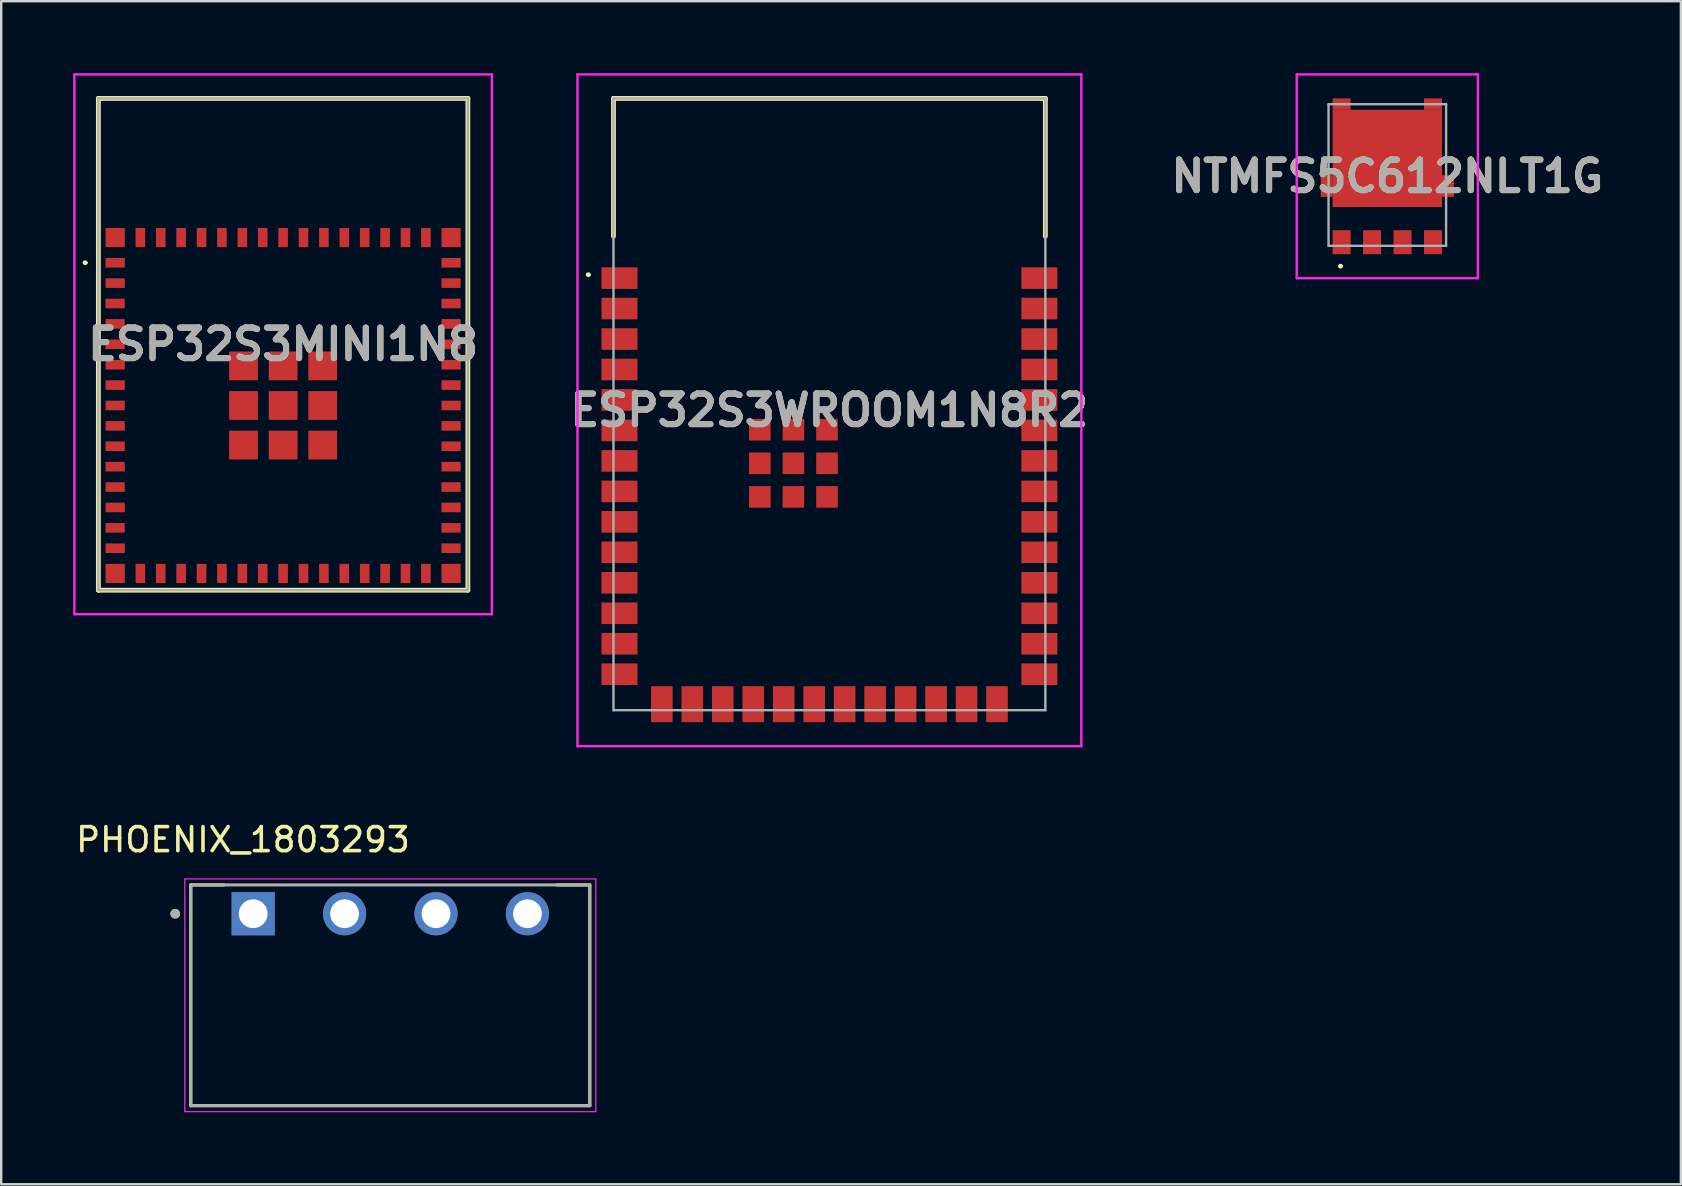
<source format=kicad_pcb>
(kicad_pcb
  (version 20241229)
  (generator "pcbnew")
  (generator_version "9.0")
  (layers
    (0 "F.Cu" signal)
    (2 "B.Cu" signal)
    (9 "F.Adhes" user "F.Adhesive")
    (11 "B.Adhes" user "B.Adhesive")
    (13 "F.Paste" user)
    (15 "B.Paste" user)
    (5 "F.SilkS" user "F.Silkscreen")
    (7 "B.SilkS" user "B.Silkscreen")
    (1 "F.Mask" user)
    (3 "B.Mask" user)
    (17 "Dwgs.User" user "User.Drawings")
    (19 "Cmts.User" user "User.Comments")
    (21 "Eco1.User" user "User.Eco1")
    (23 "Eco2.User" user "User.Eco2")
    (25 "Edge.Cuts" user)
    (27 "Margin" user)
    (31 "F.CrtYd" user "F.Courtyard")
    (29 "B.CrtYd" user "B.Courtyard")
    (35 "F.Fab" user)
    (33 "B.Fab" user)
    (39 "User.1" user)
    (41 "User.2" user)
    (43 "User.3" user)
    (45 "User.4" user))
  (footprint "ESP32S3MINI1N8"
    (layer "F.Cu")
    (at 8.75 13.85)
    (property "Reference" "ESP32S3MINI1N8" (at 0 -2.55 0) (layer "F.SilkS") (effects (font (size 1.27 1.27) (thickness 0.254))))
    (attr smd)
    (fp_line (start -8.3 -5.95) (end -8.3 -5.95) (stroke (width 0.1) (type solid)) (layer "F.SilkS"))
    (fp_line (start -8.2 -5.95) (end -8.2 -5.95) (stroke (width 0.1) (type solid)) (layer "F.SilkS"))
    (fp_line (start -7.7 -12.8) (end 7.7 -12.8) (stroke (width 0.2) (type solid)) (layer "F.SilkS"))
    (fp_line (start -7.7 7.7) (end -7.7 -12.8) (stroke (width 0.2) (type solid)) (layer "F.SilkS"))
    (fp_line (start 7.7 -12.8) (end 7.7 7.7) (stroke (width 0.2) (type solid)) (layer "F.SilkS"))
    (fp_line (start 7.7 7.7) (end -7.7 7.7) (stroke (width 0.2) (type solid)) (layer "F.SilkS"))
    (fp_arc (start -8.3 -5.95) (mid -8.25 -6) (end -8.2 -5.95) (stroke (width 0.1) (type solid)) (layer "F.SilkS"))
    (fp_arc (start -8.2 -5.95) (mid -8.25 -5.9) (end -8.3 -5.95) (stroke (width 0.1) (type solid)) (layer "F.SilkS"))
    (fp_line (start -8.7 -13.8) (end 8.7 -13.8) (stroke (width 0.1) (type solid)) (layer "F.CrtYd"))
    (fp_line (start -8.7 8.7) (end -8.7 -13.8) (stroke (width 0.1) (type solid)) (layer "F.CrtYd"))
    (fp_line (start 8.7 -13.8) (end 8.7 8.7) (stroke (width 0.1) (type solid)) (layer "F.CrtYd"))
    (fp_line (start 8.7 8.7) (end -8.7 8.7) (stroke (width 0.1) (type solid)) (layer "F.CrtYd"))
    (fp_line (start -7.7 -12.8) (end 7.7 -12.8) (stroke (width 0.1) (type solid)) (layer "F.Fab"))
    (fp_line (start -7.7 7.7) (end -7.7 -12.8) (stroke (width 0.1) (type solid)) (layer "F.Fab"))
    (fp_line (start 7.7 -12.8) (end 7.7 7.7) (stroke (width 0.1) (type solid)) (layer "F.Fab"))
    (fp_line (start 7.7 7.7) (end -7.7 7.7) (stroke (width 0.1) (type solid)) (layer "F.Fab"))
    (fp_text user "${REFERENCE}" (at 0 -2.55 0) (layer "F.Fab") (effects (font (size 1.27 1.27) (thickness 0.254))))
    (pad "1" smd rect (at -7 -5.95 90) (size 0.4 0.8) (layers "F.Cu" "F.Mask" "F.Paste"))
    (pad "2" smd rect (at -7 -5.1 90) (size 0.4 0.8) (layers "F.Cu" "F.Mask" "F.Paste"))
    (pad "3" smd rect (at -7 -4.25 90) (size 0.4 0.8) (layers "F.Cu" "F.Mask" "F.Paste"))
    (pad "4" smd rect (at -7 -3.4 90) (size 0.4 0.8) (layers "F.Cu" "F.Mask" "F.Paste"))
    (pad "5" smd rect (at -7 -2.55 90) (size 0.4 0.8) (layers "F.Cu" "F.Mask" "F.Paste"))
    (pad "6" smd rect (at -7 -1.7 90) (size 0.4 0.8) (layers "F.Cu" "F.Mask" "F.Paste"))
    (pad "7" smd rect (at -7 -0.85 90) (size 0.4 0.8) (layers "F.Cu" "F.Mask" "F.Paste"))
    (pad "8" smd rect (at -7 0 90) (size 0.4 0.8) (layers "F.Cu" "F.Mask" "F.Paste"))
    (pad "9" smd rect (at -7 0.85 90) (size 0.4 0.8) (layers "F.Cu" "F.Mask" "F.Paste"))
    (pad "10" smd rect (at -7 1.7 90) (size 0.4 0.8) (layers "F.Cu" "F.Mask" "F.Paste"))
    (pad "11" smd rect (at -7 2.55 90) (size 0.4 0.8) (layers "F.Cu" "F.Mask" "F.Paste"))
    (pad "12" smd rect (at -7 3.4 90) (size 0.4 0.8) (layers "F.Cu" "F.Mask" "F.Paste"))
    (pad "13" smd rect (at -7 4.25 90) (size 0.4 0.8) (layers "F.Cu" "F.Mask" "F.Paste"))
    (pad "14" smd rect (at -7 5.1 90) (size 0.4 0.8) (layers "F.Cu" "F.Mask" "F.Paste"))
    (pad "15" smd rect (at -7 5.95 90) (size 0.4 0.8) (layers "F.Cu" "F.Mask" "F.Paste"))
    (pad "16" smd rect (at -5.95 7) (size 0.4 0.8) (layers "F.Cu" "F.Mask" "F.Paste"))
    (pad "17" smd rect (at -5.1 7) (size 0.4 0.8) (layers "F.Cu" "F.Mask" "F.Paste"))
    (pad "18" smd rect (at -4.25 7) (size 0.4 0.8) (layers "F.Cu" "F.Mask" "F.Paste"))
    (pad "19" smd rect (at -3.4 7) (size 0.4 0.8) (layers "F.Cu" "F.Mask" "F.Paste"))
    (pad "20" smd rect (at -2.55 7) (size 0.4 0.8) (layers "F.Cu" "F.Mask" "F.Paste"))
    (pad "21" smd rect (at -1.7 7) (size 0.4 0.8) (layers "F.Cu" "F.Mask" "F.Paste"))
    (pad "22" smd rect (at -0.85 7) (size 0.4 0.8) (layers "F.Cu" "F.Mask" "F.Paste"))
    (pad "23" smd rect (at 0 7) (size 0.4 0.8) (layers "F.Cu" "F.Mask" "F.Paste"))
    (pad "24" smd rect (at 0.85 7) (size 0.4 0.8) (layers "F.Cu" "F.Mask" "F.Paste"))
    (pad "25" smd rect (at 1.7 7) (size 0.4 0.8) (layers "F.Cu" "F.Mask" "F.Paste"))
    (pad "26" smd rect (at 2.55 7) (size 0.4 0.8) (layers "F.Cu" "F.Mask" "F.Paste"))
    (pad "27" smd rect (at 3.4 7) (size 0.4 0.8) (layers "F.Cu" "F.Mask" "F.Paste"))
    (pad "28" smd rect (at 4.25 7) (size 0.4 0.8) (layers "F.Cu" "F.Mask" "F.Paste"))
    (pad "29" smd rect (at 5.1 7) (size 0.4 0.8) (layers "F.Cu" "F.Mask" "F.Paste"))
    (pad "30" smd rect (at 5.95 7) (size 0.4 0.8) (layers "F.Cu" "F.Mask" "F.Paste"))
    (pad "31" smd rect (at 7 5.95 90) (size 0.4 0.8) (layers "F.Cu" "F.Mask" "F.Paste"))
    (pad "32" smd rect (at 7 5.1 90) (size 0.4 0.8) (layers "F.Cu" "F.Mask" "F.Paste"))
    (pad "33" smd rect (at 7 4.25 90) (size 0.4 0.8) (layers "F.Cu" "F.Mask" "F.Paste"))
    (pad "34" smd rect (at 7 3.4 90) (size 0.4 0.8) (layers "F.Cu" "F.Mask" "F.Paste"))
    (pad "35" smd rect (at 7 2.55 90) (size 0.4 0.8) (layers "F.Cu" "F.Mask" "F.Paste"))
    (pad "36" smd rect (at 7 1.7 90) (size 0.4 0.8) (layers "F.Cu" "F.Mask" "F.Paste"))
    (pad "37" smd rect (at 7 0.85 90) (size 0.4 0.8) (layers "F.Cu" "F.Mask" "F.Paste"))
    (pad "38" smd rect (at 7 0 90) (size 0.4 0.8) (layers "F.Cu" "F.Mask" "F.Paste"))
    (pad "39" smd rect (at 7 -0.85 90) (size 0.4 0.8) (layers "F.Cu" "F.Mask" "F.Paste"))
    (pad "40" smd rect (at 7 -1.7 90) (size 0.4 0.8) (layers "F.Cu" "F.Mask" "F.Paste"))
    (pad "41" smd rect (at 7 -2.55 90) (size 0.4 0.8) (layers "F.Cu" "F.Mask" "F.Paste"))
    (pad "42" smd rect (at 7 -3.4 90) (size 0.4 0.8) (layers "F.Cu" "F.Mask" "F.Paste"))
    (pad "43" smd rect (at 7 -4.25 90) (size 0.4 0.8) (layers "F.Cu" "F.Mask" "F.Paste"))
    (pad "44" smd rect (at 7 -5.1 90) (size 0.4 0.8) (layers "F.Cu" "F.Mask" "F.Paste"))
    (pad "45" smd rect (at 7 -5.95 90) (size 0.4 0.8) (layers "F.Cu" "F.Mask" "F.Paste"))
    (pad "46" smd rect (at 5.95 -7) (size 0.4 0.8) (layers "F.Cu" "F.Mask" "F.Paste"))
    (pad "47" smd rect (at 5.1 -7) (size 0.4 0.8) (layers "F.Cu" "F.Mask" "F.Paste"))
    (pad "48" smd rect (at 4.25 -7) (size 0.4 0.8) (layers "F.Cu" "F.Mask" "F.Paste"))
    (pad "49" smd rect (at 3.4 -7) (size 0.4 0.8) (layers "F.Cu" "F.Mask" "F.Paste"))
    (pad "50" smd rect (at 2.55 -7) (size 0.4 0.8) (layers "F.Cu" "F.Mask" "F.Paste"))
    (pad "51" smd rect (at 1.7 -7) (size 0.4 0.8) (layers "F.Cu" "F.Mask" "F.Paste"))
    (pad "52" smd rect (at 0.85 -7) (size 0.4 0.8) (layers "F.Cu" "F.Mask" "F.Paste"))
    (pad "53" smd rect (at 0 -7) (size 0.4 0.8) (layers "F.Cu" "F.Mask" "F.Paste"))
    (pad "54" smd rect (at -0.85 -7) (size 0.4 0.8) (layers "F.Cu" "F.Mask" "F.Paste"))
    (pad "55" smd rect (at -1.7 -7) (size 0.4 0.8) (layers "F.Cu" "F.Mask" "F.Paste"))
    (pad "56" smd rect (at -2.55 -7) (size 0.4 0.8) (layers "F.Cu" "F.Mask" "F.Paste"))
    (pad "57" smd rect (at -3.4 -7) (size 0.4 0.8) (layers "F.Cu" "F.Mask" "F.Paste"))
    (pad "58" smd rect (at -4.25 -7) (size 0.4 0.8) (layers "F.Cu" "F.Mask" "F.Paste"))
    (pad "59" smd rect (at -5.1 -7) (size 0.4 0.8) (layers "F.Cu" "F.Mask" "F.Paste"))
    (pad "60" smd rect (at -5.95 -7) (size 0.4 0.8) (layers "F.Cu" "F.Mask" "F.Paste"))
    (pad "61" smd rect (at 0 0) (size 1.2 1.2) (layers "F.Cu" "F.Mask" "F.Paste"))
    (pad "62" smd rect (at -7 -7) (size 0.8 0.8) (layers "F.Cu" "F.Mask" "F.Paste"))
    (pad "63" smd rect (at -7 7) (size 0.8 0.8) (layers "F.Cu" "F.Mask" "F.Paste"))
    (pad "64" smd rect (at 7 7) (size 0.8 0.8) (layers "F.Cu" "F.Mask" "F.Paste"))
    (pad "65" smd rect (at 7 -7) (size 0.8 0.8) (layers "F.Cu" "F.Mask" "F.Paste"))
    (pad "66" smd rect (at -1.65 -1.65) (size 1.2 1.2) (layers "F.Cu" "F.Mask" "F.Paste"))
    (pad "67" smd rect (at -1.65 0) (size 1.2 1.2) (layers "F.Cu" "F.Mask" "F.Paste"))
    (pad "68" smd rect (at -1.65 1.65) (size 1.2 1.2) (layers "F.Cu" "F.Mask" "F.Paste"))
    (pad "69" smd rect (at 0 1.65) (size 1.2 1.2) (layers "F.Cu" "F.Mask" "F.Paste"))
    (pad "70" smd rect (at 1.65 1.65) (size 1.2 1.2) (layers "F.Cu" "F.Mask" "F.Paste"))
    (pad "71" smd rect (at 1.65 0) (size 1.2 1.2) (layers "F.Cu" "F.Mask" "F.Paste"))
    (pad "72" smd rect (at 1.65 -1.65) (size 1.2 1.2) (layers "F.Cu" "F.Mask" "F.Paste"))
    (pad "73" smd rect (at 0 -1.65) (size 1.2 1.2) (layers "F.Cu" "F.Mask" "F.Paste")))
  (footprint "PHOENIX_1803293"
    (layer "F.Cu")
    (at 4.902 43.033)
    (property "Reference" "PHOENIX_1803293" (at 2.175 -11.085 0) (layer "F.SilkS") (effects (font (size 1 1) (thickness 0.15))))
    (attr through_hole)
    (fp_line (start 0 -9.2) (end 1.38 -9.2) (stroke (width 0.127) (type solid)) (layer "F.SilkS"))
    (fp_line (start 0 0) (end 0 -9.2) (stroke (width 0.127) (type solid)) (layer "F.SilkS"))
    (fp_line (start 0 0) (end 16.63 0) (stroke (width 0.127) (type solid)) (layer "F.SilkS"))
    (fp_line (start 15.25 -9.2) (end 16.63 -9.2) (stroke (width 0.127) (type solid)) (layer "F.SilkS"))
    (fp_line (start 16.63 -9.2) (end 16.63 0) (stroke (width 0.127) (type solid)) (layer "F.SilkS"))
    (fp_circle (center -0.65 -8) (end -0.55 -8) (stroke (width 0.2) (type solid)) (fill no) (layer "F.SilkS"))
    (fp_line (start -0.25 -9.45) (end 16.88 -9.45) (stroke (width 0.05) (type solid)) (layer "F.CrtYd"))
    (fp_line (start -0.25 0.25) (end -0.25 -9.45) (stroke (width 0.05) (type solid)) (layer "F.CrtYd"))
    (fp_line (start 16.88 -9.45) (end 16.88 0.25) (stroke (width 0.05) (type solid)) (layer "F.CrtYd"))
    (fp_line (start 16.88 0.25) (end -0.25 0.25) (stroke (width 0.05) (type solid)) (layer "F.CrtYd"))
    (fp_line (start 0 -9.2) (end 16.63 -9.2) (stroke (width 0.127) (type solid)) (layer "F.Fab"))
    (fp_line (start 0 0) (end 0 -9.2) (stroke (width 0.127) (type solid)) (layer "F.Fab"))
    (fp_line (start 16.63 -9.2) (end 16.63 0) (stroke (width 0.127) (type solid)) (layer "F.Fab"))
    (fp_line (start 16.63 0) (end 0 0) (stroke (width 0.127) (type solid)) (layer "F.Fab"))
    (fp_circle (center -0.65 -8) (end -0.55 -8) (stroke (width 0.2) (type solid)) (fill no) (layer "F.Fab"))
    (pad "01" thru_hole rect (at 2.6 -8) (size 1.8 1.8) (drill 1.2) (layers "*.Cu" "*.Mask"))
    (pad "02" thru_hole circle (at 6.41 -8) (size 1.8 1.8) (drill 1.2) (layers "*.Cu" "*.Mask"))
    (pad "03" thru_hole circle (at 10.22 -8) (size 1.8 1.8) (drill 1.2) (layers "*.Cu" "*.Mask"))
    (pad "04" thru_hole circle (at 14.03 -8) (size 1.8 1.8) (drill 1.2) (layers "*.Cu" "*.Mask")))
  (footprint "NTMFS5C612NLT1G"
    (layer "F.Cu")
    (at 54.772 4.244)
    (property "Reference" "NTMFS5C612NLT1G" (at 0 0.054 0) (layer "F.SilkS") (effects (font (size 1.27 1.27) (thickness 0.254))))
    (attr smd)
    (fp_line (start -2 3.8) (end -2 3.8) (stroke (width 0.1) (type solid)) (layer "F.SilkS"))
    (fp_line (start -1.9 3.8) (end -1.9 3.8) (stroke (width 0.1) (type solid)) (layer "F.SilkS"))
    (fp_arc (start -2 3.8) (mid -1.95 3.75) (end -1.9 3.8) (stroke (width 0.1) (type solid)) (layer "F.SilkS"))
    (fp_arc (start -1.9 3.8) (mid -1.95 3.85) (end -2 3.8) (stroke (width 0.1) (type solid)) (layer "F.SilkS"))
    (fp_line (start -3.775 -4.194) (end 3.775 -4.194) (stroke (width 0.1) (type solid)) (layer "F.CrtYd"))
    (fp_line (start -3.775 4.301) (end -3.775 -4.194) (stroke (width 0.1) (type solid)) (layer "F.CrtYd"))
    (fp_line (start 3.775 -4.194) (end 3.775 4.301) (stroke (width 0.1) (type solid)) (layer "F.CrtYd"))
    (fp_line (start 3.775 4.301) (end -3.775 4.301) (stroke (width 0.1) (type solid)) (layer "F.CrtYd"))
    (fp_line (start -2.45 -2.95) (end 2.45 -2.95) (stroke (width 0.1) (type solid)) (layer "F.Fab"))
    (fp_line (start -2.45 2.95) (end -2.45 -2.95) (stroke (width 0.1) (type solid)) (layer "F.Fab"))
    (fp_line (start 2.45 -2.95) (end 2.45 2.95) (stroke (width 0.1) (type solid)) (layer "F.Fab"))
    (fp_line (start 2.45 2.95) (end -2.45 2.95) (stroke (width 0.1) (type solid)) (layer "F.Fab"))
    (fp_text user "${REFERENCE}" (at 0 0.054 0) (layer "F.Fab") (effects (font (size 1.27 1.27) (thickness 0.254))))
    (pad "1" smd rect (at -1.905 2.801) (size 0.75 1) (layers "F.Cu" "F.Mask" "F.Paste"))
    (pad "2" smd rect (at -0.635 2.801) (size 0.75 1) (layers "F.Cu" "F.Mask" "F.Paste"))
    (pad "3" smd rect (at 0.635 2.801) (size 0.75 1) (layers "F.Cu" "F.Mask" "F.Paste"))
    (pad "4" smd rect (at 1.905 2.801) (size 0.75 1) (layers "F.Cu" "F.Mask" "F.Paste"))
    (pad "5" smd rect (at 0 -0.691 90) (size 4.055 4.56) (layers "F.Cu" "F.Mask" "F.Paste"))
    (pad "6" smd rect (at 2.527 0.459) (size 0.495 0.905) (layers "F.Cu" "F.Mask" "F.Paste"))
    (pad "7" smd rect (at -2.527 0.459) (size 0.495 0.905) (layers "F.Cu" "F.Mask" "F.Paste"))
    (pad "8" smd rect (at 1.905 -2.956 90) (size 0.475 0.75) (layers "F.Cu" "F.Mask" "F.Paste"))
    (pad "9" smd rect (at -1.905 -2.956 90) (size 0.475 0.75) (layers "F.Cu" "F.Mask" "F.Paste")))
  (footprint "ESP32S3WROOM1N8R2"
    (layer "F.Cu")
    (at 31.519 13.8)
    (property "Reference" "ESP32S3WROOM1N8R2" (at 0 0.25 0) (layer "F.SilkS") (effects (font (size 1.27 1.27) (thickness 0.254))))
    (attr smd)
    (fp_line (start -10.1 -5.4) (end -10.1 -5.4) (stroke (width 0.1) (type solid)) (layer "F.SilkS"))
    (fp_line (start -10 -5.4) (end -10 -5.4) (stroke (width 0.1) (type solid)) (layer "F.SilkS"))
    (fp_line (start -9 -12.75) (end 9 -12.75) (stroke (width 0.2) (type solid)) (layer "F.SilkS"))
    (fp_line (start -9 -7) (end -9 -12.75) (stroke (width 0.2) (type solid)) (layer "F.SilkS"))
    (fp_line (start 9 -12.75) (end 9 -7) (stroke (width 0.2) (type solid)) (layer "F.SilkS"))
    (fp_arc (start -10.1 -5.4) (mid -10.05 -5.45) (end -10 -5.4) (stroke (width 0.1) (type solid)) (layer "F.SilkS"))
    (fp_arc (start -10 -5.4) (mid -10.05 -5.35) (end -10.1 -5.4) (stroke (width 0.1) (type solid)) (layer "F.SilkS"))
    (fp_line (start -10.5 -13.75) (end 10.5 -13.75) (stroke (width 0.1) (type solid)) (layer "F.CrtYd"))
    (fp_line (start -10.5 14.25) (end -10.5 -13.75) (stroke (width 0.1) (type solid)) (layer "F.CrtYd"))
    (fp_line (start 10.5 -13.75) (end 10.5 14.25) (stroke (width 0.1) (type solid)) (layer "F.CrtYd"))
    (fp_line (start 10.5 14.25) (end -10.5 14.25) (stroke (width 0.1) (type solid)) (layer "F.CrtYd"))
    (fp_line (start -9 -12.75) (end 9 -12.75) (stroke (width 0.1) (type solid)) (layer "F.Fab"))
    (fp_line (start -9 12.75) (end -9 -12.75) (stroke (width 0.1) (type solid)) (layer "F.Fab"))
    (fp_line (start 9 -12.75) (end 9 12.75) (stroke (width 0.1) (type solid)) (layer "F.Fab"))
    (fp_line (start 9 12.75) (end -9 12.75) (stroke (width 0.1) (type solid)) (layer "F.Fab"))
    (fp_text user "${REFERENCE}" (at 0 0.25 0) (layer "F.Fab") (effects (font (size 1.27 1.27) (thickness 0.254))))
    (pad "1" smd rect (at -8.75 -5.26 90) (size 0.9 1.5) (layers "F.Cu" "F.Mask" "F.Paste"))
    (pad "2" smd rect (at -8.75 -3.99 90) (size 0.9 1.5) (layers "F.Cu" "F.Mask" "F.Paste"))
    (pad "3" smd rect (at -8.75 -2.72 90) (size 0.9 1.5) (layers "F.Cu" "F.Mask" "F.Paste"))
    (pad "4" smd rect (at -8.75 -1.45 90) (size 0.9 1.5) (layers "F.Cu" "F.Mask" "F.Paste"))
    (pad "5" smd rect (at -8.75 -0.18 90) (size 0.9 1.5) (layers "F.Cu" "F.Mask" "F.Paste"))
    (pad "6" smd rect (at -8.75 1.09 90) (size 0.9 1.5) (layers "F.Cu" "F.Mask" "F.Paste"))
    (pad "7" smd rect (at -8.75 2.36 90) (size 0.9 1.5) (layers "F.Cu" "F.Mask" "F.Paste"))
    (pad "8" smd rect (at -8.75 3.63 90) (size 0.9 1.5) (layers "F.Cu" "F.Mask" "F.Paste"))
    (pad "9" smd rect (at -8.75 4.9 90) (size 0.9 1.5) (layers "F.Cu" "F.Mask" "F.Paste"))
    (pad "10" smd rect (at -8.75 6.17 90) (size 0.9 1.5) (layers "F.Cu" "F.Mask" "F.Paste"))
    (pad "11" smd rect (at -8.75 7.44 90) (size 0.9 1.5) (layers "F.Cu" "F.Mask" "F.Paste"))
    (pad "12" smd rect (at -8.75 8.71 90) (size 0.9 1.5) (layers "F.Cu" "F.Mask" "F.Paste"))
    (pad "13" smd rect (at -8.75 9.98 90) (size 0.9 1.5) (layers "F.Cu" "F.Mask" "F.Paste"))
    (pad "14" smd rect (at -8.75 11.25 90) (size 0.9 1.5) (layers "F.Cu" "F.Mask" "F.Paste"))
    (pad "15" smd rect (at -6.985 12.5) (size 0.9 1.5) (layers "F.Cu" "F.Mask" "F.Paste"))
    (pad "16" smd rect (at -5.715 12.5) (size 0.9 1.5) (layers "F.Cu" "F.Mask" "F.Paste"))
    (pad "17" smd rect (at -4.445 12.5) (size 0.9 1.5) (layers "F.Cu" "F.Mask" "F.Paste"))
    (pad "18" smd rect (at -3.175 12.5) (size 0.9 1.5) (layers "F.Cu" "F.Mask" "F.Paste"))
    (pad "19" smd rect (at -1.905 12.5) (size 0.9 1.5) (layers "F.Cu" "F.Mask" "F.Paste"))
    (pad "20" smd rect (at -0.635 12.5) (size 0.9 1.5) (layers "F.Cu" "F.Mask" "F.Paste"))
    (pad "21" smd rect (at 0.635 12.5) (size 0.9 1.5) (layers "F.Cu" "F.Mask" "F.Paste"))
    (pad "22" smd rect (at 1.905 12.5) (size 0.9 1.5) (layers "F.Cu" "F.Mask" "F.Paste"))
    (pad "23" smd rect (at 3.175 12.5) (size 0.9 1.5) (layers "F.Cu" "F.Mask" "F.Paste"))
    (pad "24" smd rect (at 4.445 12.5) (size 0.9 1.5) (layers "F.Cu" "F.Mask" "F.Paste"))
    (pad "25" smd rect (at 5.715 12.5) (size 0.9 1.5) (layers "F.Cu" "F.Mask" "F.Paste"))
    (pad "26" smd rect (at 6.985 12.5) (size 0.9 1.5) (layers "F.Cu" "F.Mask" "F.Paste"))
    (pad "27" smd rect (at 8.75 11.25 90) (size 0.9 1.5) (layers "F.Cu" "F.Mask" "F.Paste"))
    (pad "28" smd rect (at 8.75 9.98 90) (size 0.9 1.5) (layers "F.Cu" "F.Mask" "F.Paste"))
    (pad "29" smd rect (at 8.75 8.71 90) (size 0.9 1.5) (layers "F.Cu" "F.Mask" "F.Paste"))
    (pad "30" smd rect (at 8.75 7.44 90) (size 0.9 1.5) (layers "F.Cu" "F.Mask" "F.Paste"))
    (pad "31" smd rect (at 8.75 6.17 90) (size 0.9 1.5) (layers "F.Cu" "F.Mask" "F.Paste"))
    (pad "32" smd rect (at 8.75 4.9 90) (size 0.9 1.5) (layers "F.Cu" "F.Mask" "F.Paste"))
    (pad "33" smd rect (at 8.75 3.63 90) (size 0.9 1.5) (layers "F.Cu" "F.Mask" "F.Paste"))
    (pad "34" smd rect (at 8.75 2.36 90) (size 0.9 1.5) (layers "F.Cu" "F.Mask" "F.Paste"))
    (pad "35" smd rect (at 8.75 1.09 90) (size 0.9 1.5) (layers "F.Cu" "F.Mask" "F.Paste"))
    (pad "36" smd rect (at 8.75 -0.18 90) (size 0.9 1.5) (layers "F.Cu" "F.Mask" "F.Paste"))
    (pad "37" smd rect (at 8.75 -1.45 90) (size 0.9 1.5) (layers "F.Cu" "F.Mask" "F.Paste"))
    (pad "38" smd rect (at 8.75 -2.72 90) (size 0.9 1.5) (layers "F.Cu" "F.Mask" "F.Paste"))
    (pad "39" smd rect (at 8.75 -3.99 90) (size 0.9 1.5) (layers "F.Cu" "F.Mask" "F.Paste"))
    (pad "40" smd rect (at 8.75 -5.26 90) (size 0.9 1.5) (layers "F.Cu" "F.Mask" "F.Paste"))
    (pad "41" smd rect (at -1.5 2.46) (size 0.9 0.9) (layers "F.Cu" "F.Mask" "F.Paste"))
    (pad "42" smd rect (at -1.5 1.06) (size 0.9 0.9) (layers "F.Cu" "F.Mask" "F.Paste"))
    (pad "43" smd rect (at -2.9 1.06) (size 0.9 0.9) (layers "F.Cu" "F.Mask" "F.Paste"))
    (pad "44" smd rect (at -2.9 2.46) (size 0.9 0.9) (layers "F.Cu" "F.Mask" "F.Paste"))
    (pad "45" smd rect (at -2.9 3.86) (size 0.9 0.9) (layers "F.Cu" "F.Mask" "F.Paste"))
    (pad "46" smd rect (at -1.5 3.86) (size 0.9 0.9) (layers "F.Cu" "F.Mask" "F.Paste"))
    (pad "47" smd rect (at -0.1 3.86) (size 0.9 0.9) (layers "F.Cu" "F.Mask" "F.Paste"))
    (pad "48" smd rect (at -0.1 2.46) (size 0.9 0.9) (layers "F.Cu" "F.Mask" "F.Paste"))
    (pad "49" smd rect (at -0.1 1.06) (size 0.9 0.9) (layers "F.Cu" "F.Mask" "F.Paste")))
  (gr_rect
    (start -3 -3)
    (end 67.007 46.308)
    (stroke (width 0.1) (type default))
    (fill no)
    (layer "Edge.Cuts")))
</source>
